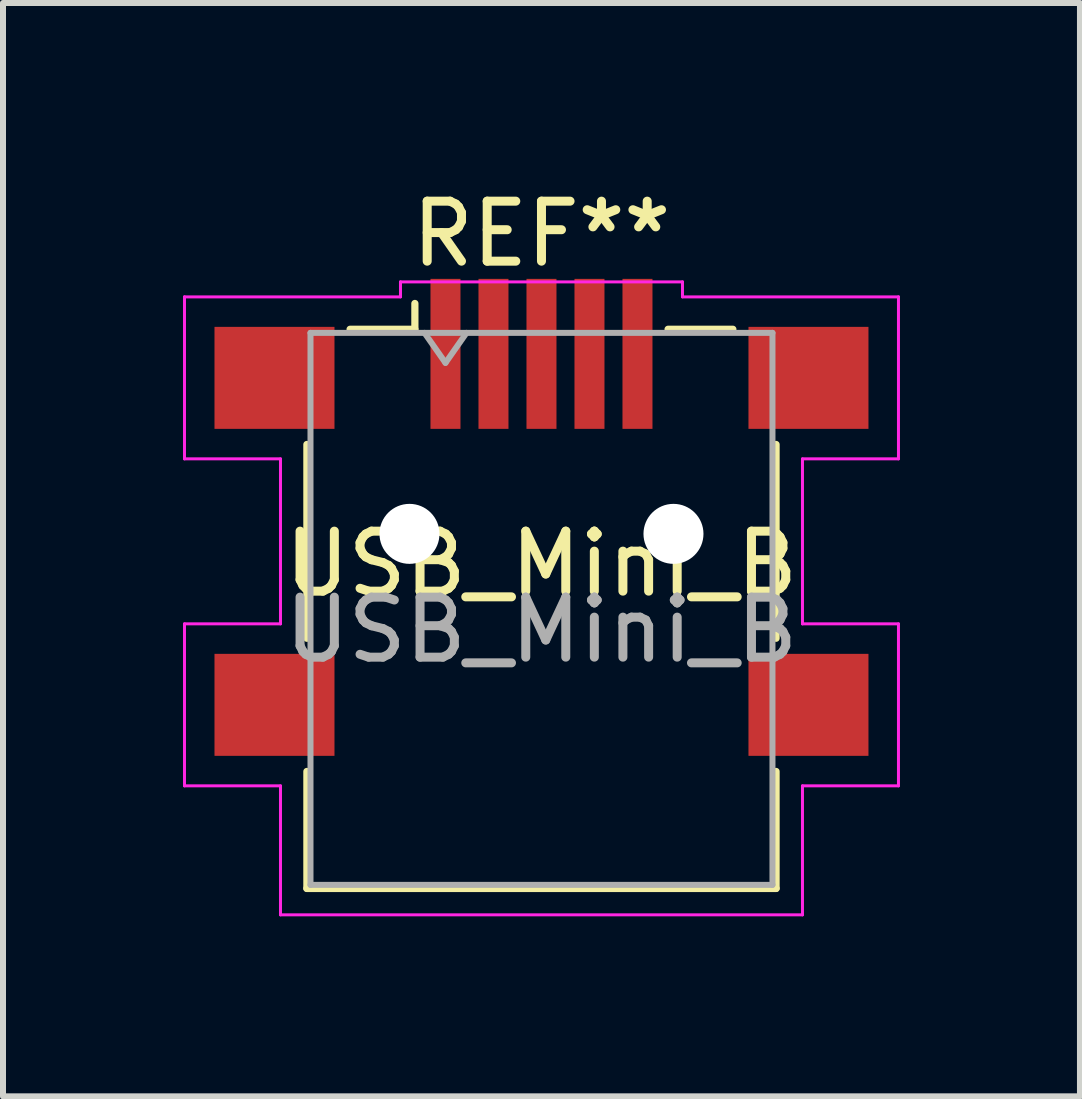
<source format=kicad_pcb>
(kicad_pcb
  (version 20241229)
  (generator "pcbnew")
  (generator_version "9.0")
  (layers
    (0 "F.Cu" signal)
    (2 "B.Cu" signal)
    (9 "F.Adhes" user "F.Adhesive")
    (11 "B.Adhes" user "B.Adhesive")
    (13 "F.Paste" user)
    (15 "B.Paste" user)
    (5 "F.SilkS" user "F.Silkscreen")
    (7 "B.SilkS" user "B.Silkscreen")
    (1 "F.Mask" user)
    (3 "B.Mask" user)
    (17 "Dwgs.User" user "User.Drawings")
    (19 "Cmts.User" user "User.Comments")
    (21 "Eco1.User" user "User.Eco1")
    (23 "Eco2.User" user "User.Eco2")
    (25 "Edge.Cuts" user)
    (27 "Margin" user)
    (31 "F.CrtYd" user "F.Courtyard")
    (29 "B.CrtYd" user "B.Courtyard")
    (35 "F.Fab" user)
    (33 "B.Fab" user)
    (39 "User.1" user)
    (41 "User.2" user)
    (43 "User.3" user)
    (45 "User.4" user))
  (footprint "USB_Mini_B"
    (layer "F.Cu")
    (at 5.975 5.848)
    (property "Reference" "USB_Mini_B" (at 0 0.5 0) (layer "F.SilkS") (effects (font (size 1 1) (thickness 0.15))))
    (attr through_hole)
    (fp_line (start -3.91 1.74) (end -3.91 -1.49) (stroke (width 0.12) (type solid)) (layer "F.SilkS"))
    (fp_line (start -3.91 5.91) (end -3.91 3.96) (stroke (width 0.12) (type solid)) (layer "F.SilkS"))
    (fp_line (start -3.19 -3.41) (end -2.11 -3.41) (stroke (width 0.12) (type solid)) (layer "F.SilkS"))
    (fp_line (start -2.11 -3.41) (end -2.11 -3.84) (stroke (width 0.12) (type solid)) (layer "F.SilkS"))
    (fp_line (start 2.11 -3.41) (end 3.19 -3.41) (stroke (width 0.12) (type solid)) (layer "F.SilkS"))
    (fp_line (start 3.91 1.74) (end 3.91 -1.49) (stroke (width 0.12) (type solid)) (layer "F.SilkS"))
    (fp_line (start 3.91 5.91) (end -3.91 5.91) (stroke (width 0.12) (type solid)) (layer "F.SilkS"))
    (fp_line (start 3.91 5.91) (end 3.91 3.96) (stroke (width 0.12) (type solid)) (layer "F.SilkS"))
    (fp_line (start -5.95 -3.95) (end -5.95 -1.25) (stroke (width 0.05) (type solid)) (layer "F.CrtYd"))
    (fp_line (start -5.95 -3.95) (end -2.35 -3.95) (stroke (width 0.05) (type solid)) (layer "F.CrtYd"))
    (fp_line (start -5.95 1.5) (end -5.95 4.2) (stroke (width 0.05) (type solid)) (layer "F.CrtYd"))
    (fp_line (start -4.35 -1.25) (end -5.95 -1.25) (stroke (width 0.05) (type solid)) (layer "F.CrtYd"))
    (fp_line (start -4.35 -1.25) (end -4.35 1.5) (stroke (width 0.05) (type solid)) (layer "F.CrtYd"))
    (fp_line (start -4.35 1.5) (end -5.95 1.5) (stroke (width 0.05) (type solid)) (layer "F.CrtYd"))
    (fp_line (start -4.35 4.2) (end -5.95 4.2) (stroke (width 0.05) (type solid)) (layer "F.CrtYd"))
    (fp_line (start -4.35 6.35) (end -4.35 4.2) (stroke (width 0.05) (type solid)) (layer "F.CrtYd"))
    (fp_line (start -4.35 6.35) (end 4.35 6.35) (stroke (width 0.05) (type solid)) (layer "F.CrtYd"))
    (fp_line (start -2.35 -3.95) (end -2.35 -4.2) (stroke (width 0.05) (type solid)) (layer "F.CrtYd"))
    (fp_line (start 2.35 -4.2) (end -2.35 -4.2) (stroke (width 0.05) (type solid)) (layer "F.CrtYd"))
    (fp_line (start 2.35 -3.95) (end 2.35 -4.2) (stroke (width 0.05) (type solid)) (layer "F.CrtYd"))
    (fp_line (start 4.35 -1.25) (end 4.35 1.5) (stroke (width 0.05) (type solid)) (layer "F.CrtYd"))
    (fp_line (start 4.35 -1.25) (end 5.95 -1.25) (stroke (width 0.05) (type solid)) (layer "F.CrtYd"))
    (fp_line (start 4.35 1.5) (end 5.95 1.5) (stroke (width 0.05) (type solid)) (layer "F.CrtYd"))
    (fp_line (start 4.35 4.2) (end 5.95 4.2) (stroke (width 0.05) (type solid)) (layer "F.CrtYd"))
    (fp_line (start 4.35 6.35) (end 4.35 4.2) (stroke (width 0.05) (type solid)) (layer "F.CrtYd"))
    (fp_line (start 5.95 -3.95) (end 2.35 -3.95) (stroke (width 0.05) (type solid)) (layer "F.CrtYd"))
    (fp_line (start 5.95 -3.95) (end 5.95 -1.25) (stroke (width 0.05) (type solid)) (layer "F.CrtYd"))
    (fp_line (start 5.95 1.5) (end 5.95 4.2) (stroke (width 0.05) (type solid)) (layer "F.CrtYd"))
    (fp_line (start -3.85 -3.35) (end -3.85 5.85) (stroke (width 0.1) (type solid)) (layer "F.Fab"))
    (fp_line (start -3.85 -3.35) (end 3.85 -3.35) (stroke (width 0.1) (type solid)) (layer "F.Fab"))
    (fp_line (start -3.85 5.85) (end 3.85 5.85) (stroke (width 0.1) (type solid)) (layer "F.Fab"))
    (fp_line (start -1.95 -3.35) (end -1.6 -2.85) (stroke (width 0.1) (type solid)) (layer "F.Fab"))
    (fp_line (start -1.6 -2.85) (end -1.25 -3.35) (stroke (width 0.1) (type solid)) (layer "F.Fab"))
    (fp_line (start 3.85 5.85) (end 3.85 -3.35) (stroke (width 0.1) (type solid)) (layer "F.Fab"))
    (fp_text user "REF**" (at 0 -5 0) (layer "F.SilkS") (effects (font (size 1 1) (thickness 0.15))))
    (fp_text user "${REFERENCE}" (at 0 1.6 180) (layer "F.Fab") (effects (font (size 1 1) (thickness 0.15))))
    (pad "" np_thru_hole circle (at -2.2 0) (size 1 1) (drill 1) (layers "*.Cu" "*.Mask"))
    (pad "" np_thru_hole circle (at 2.2 0) (size 1 1) (drill 1) (layers "*.Cu" "*.Mask"))
    (pad "1" smd rect (at -1.6 -3) (size 0.5 2.5) (layers "F.Cu" "F.Mask" "F.Paste"))
    (pad "2" smd rect (at -0.8 -3) (size 0.5 2.5) (layers "F.Cu" "F.Mask" "F.Paste"))
    (pad "3" smd rect (at 0 -3) (size 0.5 2.5) (layers "F.Cu" "F.Mask" "F.Paste"))
    (pad "4" smd rect (at 0.8 -3) (size 0.5 2.5) (layers "F.Cu" "F.Mask" "F.Paste"))
    (pad "5" smd rect (at 1.6 -3) (size 0.5 2.5) (layers "F.Cu" "F.Mask" "F.Paste"))
    (pad "6" smd rect (at -4.45 -2.6) (size 2 1.7) (layers "F.Cu" "F.Mask" "F.Paste"))
    (pad "6" smd rect (at -4.45 2.85) (size 2 1.7) (layers "F.Cu" "F.Mask" "F.Paste"))
    (pad "6" smd rect (at 4.45 -2.6) (size 2 1.7) (layers "F.Cu" "F.Mask" "F.Paste"))
    (pad "6" smd rect (at 4.45 2.85) (size 2 1.7) (layers "F.Cu" "F.Mask" "F.Paste")))
  (gr_rect
    (start -3 -3)
    (end 14.95 15.223)
    (stroke (width 0.1) (type default))
    (fill no)
    (layer "Edge.Cuts")))
</source>
